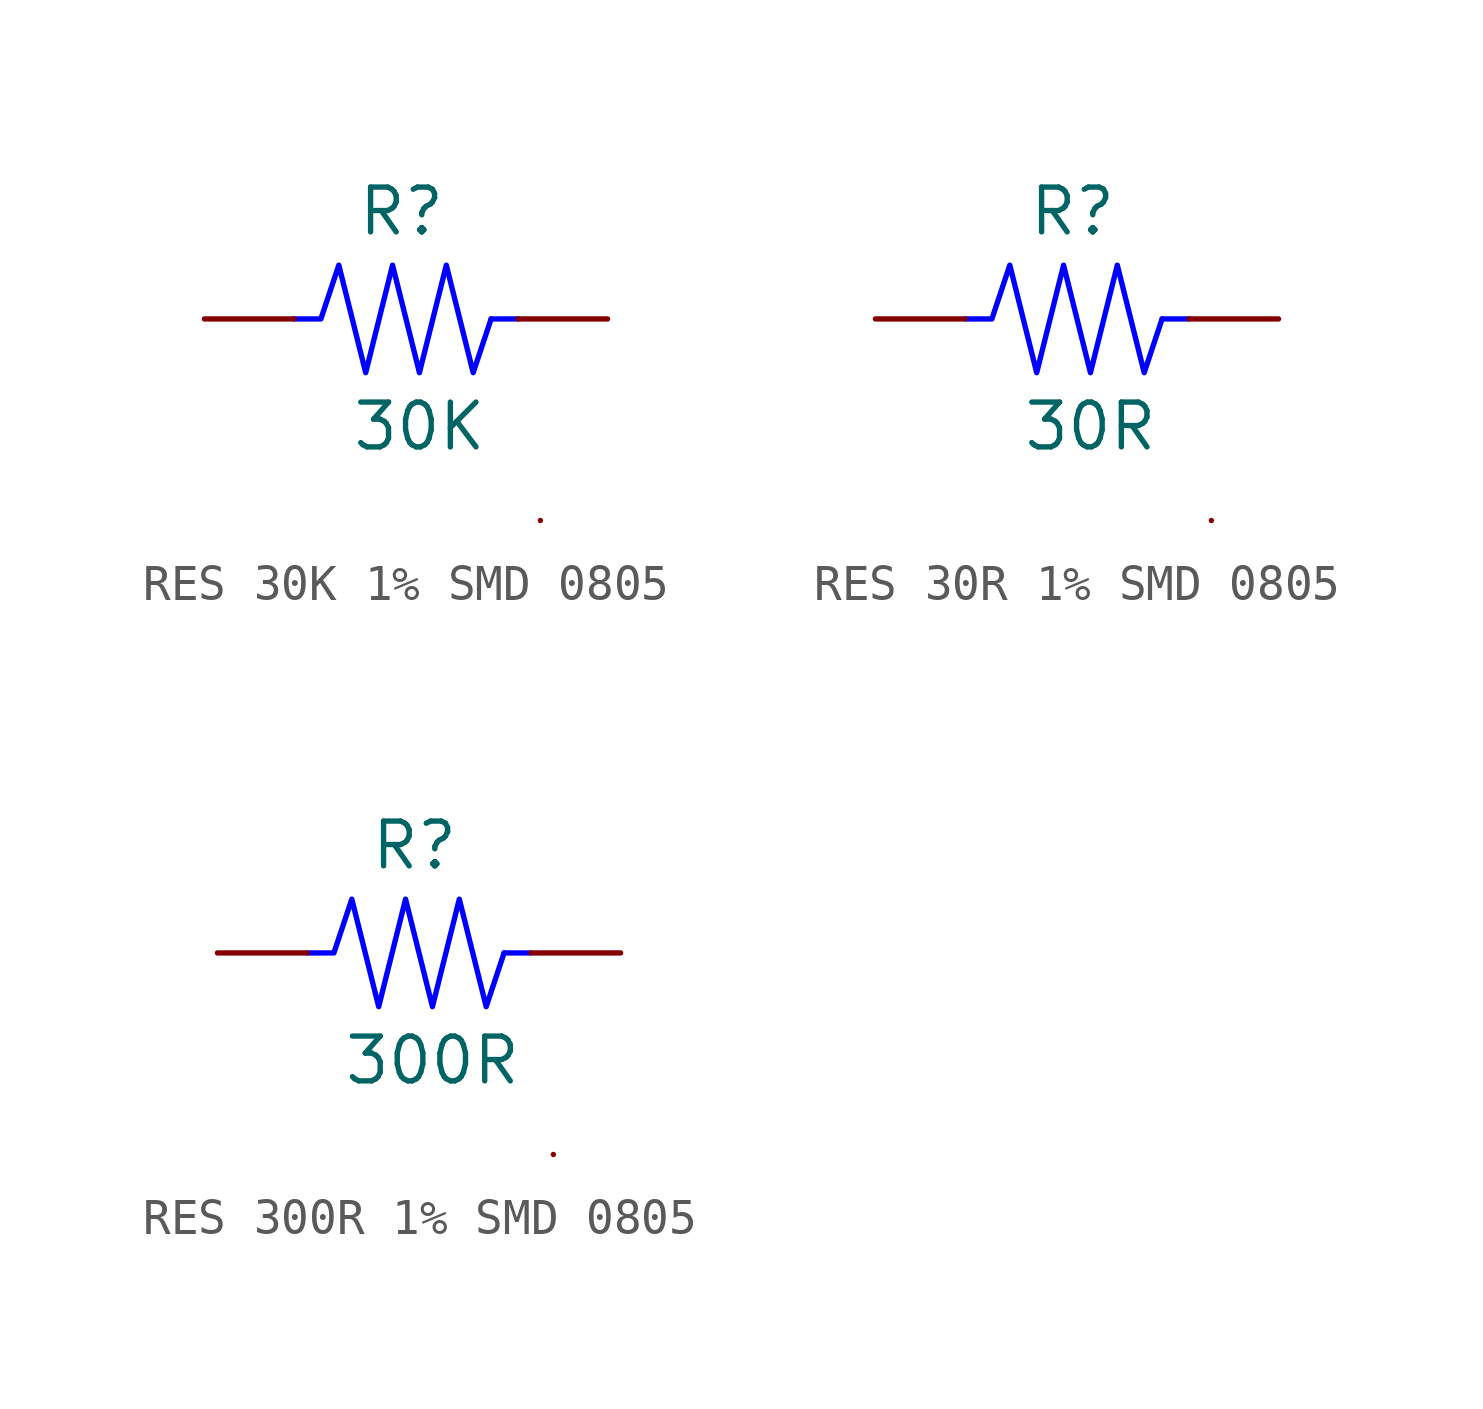
<source format=kicad_sym>
(kicad_symbol_lib
  (version 20231120)
  (generator "kicad_symbol_editor")
  (generator_version "8.0")
  (symbol "RES 30K 1% SMD 0805"
    (pin_numbers hide)
    (pin_names
      (offset 0) hide)
    (property "Reference" "R"
      (at -0.762 3.048 0)
      (effects (font (size 1.27 1.27))))
    (property "Value" "30K"
      (at -0.254 -3.048 0)
      (effects (font (size 1.27 1.27))))
    (symbol "RES 30K 1% SMD 0805_0_1"
      (polyline (pts (xy 1.778 0) (xy 2.54 0)) (stroke (width 0) (type default) (color 0 0 255 1)) (fill (type none)))
      (polyline (pts (xy 3.175 -5.715) (xy 3.175 -5.715)) (stroke (width 0) (type default)) (fill (type none)))
      (polyline (pts (xy -3.81 0) (xy -3.048 0) (xy -2.54 1.524) (xy -1.778 -1.524) (xy -1.016 1.524) (xy -0.254 -1.524) (xy 0.508 1.524) (xy 1.27 -1.524) (xy 1.778 0)) (stroke (width 0) (type default) (color 0 0 255 1)) (fill (type none))))
    (symbol "RES 30K 1% SMD 0805_1_1"
      (pin passive line (at -6.35 0 0) (length 2.54) (name "1" (effects (font (size 1.27 1.27)))) (number "1" (effects (font (size 1.27 1.27)))))
      (pin passive line (at 5.08 0 180) (length 2.54) (name "2" (effects (font (size 1.27 1.27)))) (number "2" (effects (font (size 1.27 1.27)))))))
  (symbol "RES 30R 1% SMD 0805"
    (pin_numbers hide)
    (pin_names
      (offset 0) hide)
    (property "Reference" "R"
      (at -0.762 3.048 0)
      (effects (font (size 1.27 1.27))))
    (property "Value" "30R"
      (at -0.254 -3.048 0)
      (effects (font (size 1.27 1.27))))
    (symbol "RES 30R 1% SMD 0805_0_1"
      (polyline (pts (xy 1.778 0) (xy 2.54 0)) (stroke (width 0) (type default) (color 0 0 255 1)) (fill (type none)))
      (polyline (pts (xy 3.175 -5.715) (xy 3.175 -5.715)) (stroke (width 0) (type default)) (fill (type none)))
      (polyline (pts (xy -3.81 0) (xy -3.048 0) (xy -2.54 1.524) (xy -1.778 -1.524) (xy -1.016 1.524) (xy -0.254 -1.524) (xy 0.508 1.524) (xy 1.27 -1.524) (xy 1.778 0)) (stroke (width 0) (type default) (color 0 0 255 1)) (fill (type none))))
    (symbol "RES 30R 1% SMD 0805_1_1"
      (pin passive line (at -6.35 0 0) (length 2.54) (name "1" (effects (font (size 1.27 1.27)))) (number "1" (effects (font (size 1.27 1.27)))))
      (pin passive line (at 5.08 0 180) (length 2.54) (name "2" (effects (font (size 1.27 1.27)))) (number "2" (effects (font (size 1.27 1.27)))))))
  (symbol "RES 300R 1% SMD 0805"
    (pin_numbers hide)
    (pin_names
      (offset 0) hide)
    (property "Reference" "R"
      (at -0.762 3.048 0)
      (effects (font (size 1.27 1.27))))
    (property "Value" "300R"
      (at -0.254 -3.048 0)
      (effects (font (size 1.27 1.27))))
    (symbol "RES 300R 1% SMD 0805_0_1"
      (polyline (pts (xy 1.778 0) (xy 2.54 0)) (stroke (width 0) (type default) (color 0 0 255 1)) (fill (type none)))
      (polyline (pts (xy 3.175 -5.715) (xy 3.175 -5.715)) (stroke (width 0) (type default)) (fill (type none)))
      (polyline (pts (xy -3.81 0) (xy -3.048 0) (xy -2.54 1.524) (xy -1.778 -1.524) (xy -1.016 1.524) (xy -0.254 -1.524) (xy 0.508 1.524) (xy 1.27 -1.524) (xy 1.778 0)) (stroke (width 0) (type default) (color 0 0 255 1)) (fill (type none))))
    (symbol "RES 300R 1% SMD 0805_1_1"
      (pin passive line (at -6.35 0 0) (length 2.54) (name "1" (effects (font (size 1.27 1.27)))) (number "1" (effects (font (size 1.27 1.27)))))
      (pin passive line (at 5.08 0 180) (length 2.54) (name "2" (effects (font (size 1.27 1.27)))) (number "2" (effects (font (size 1.27 1.27))))))))
</source>
